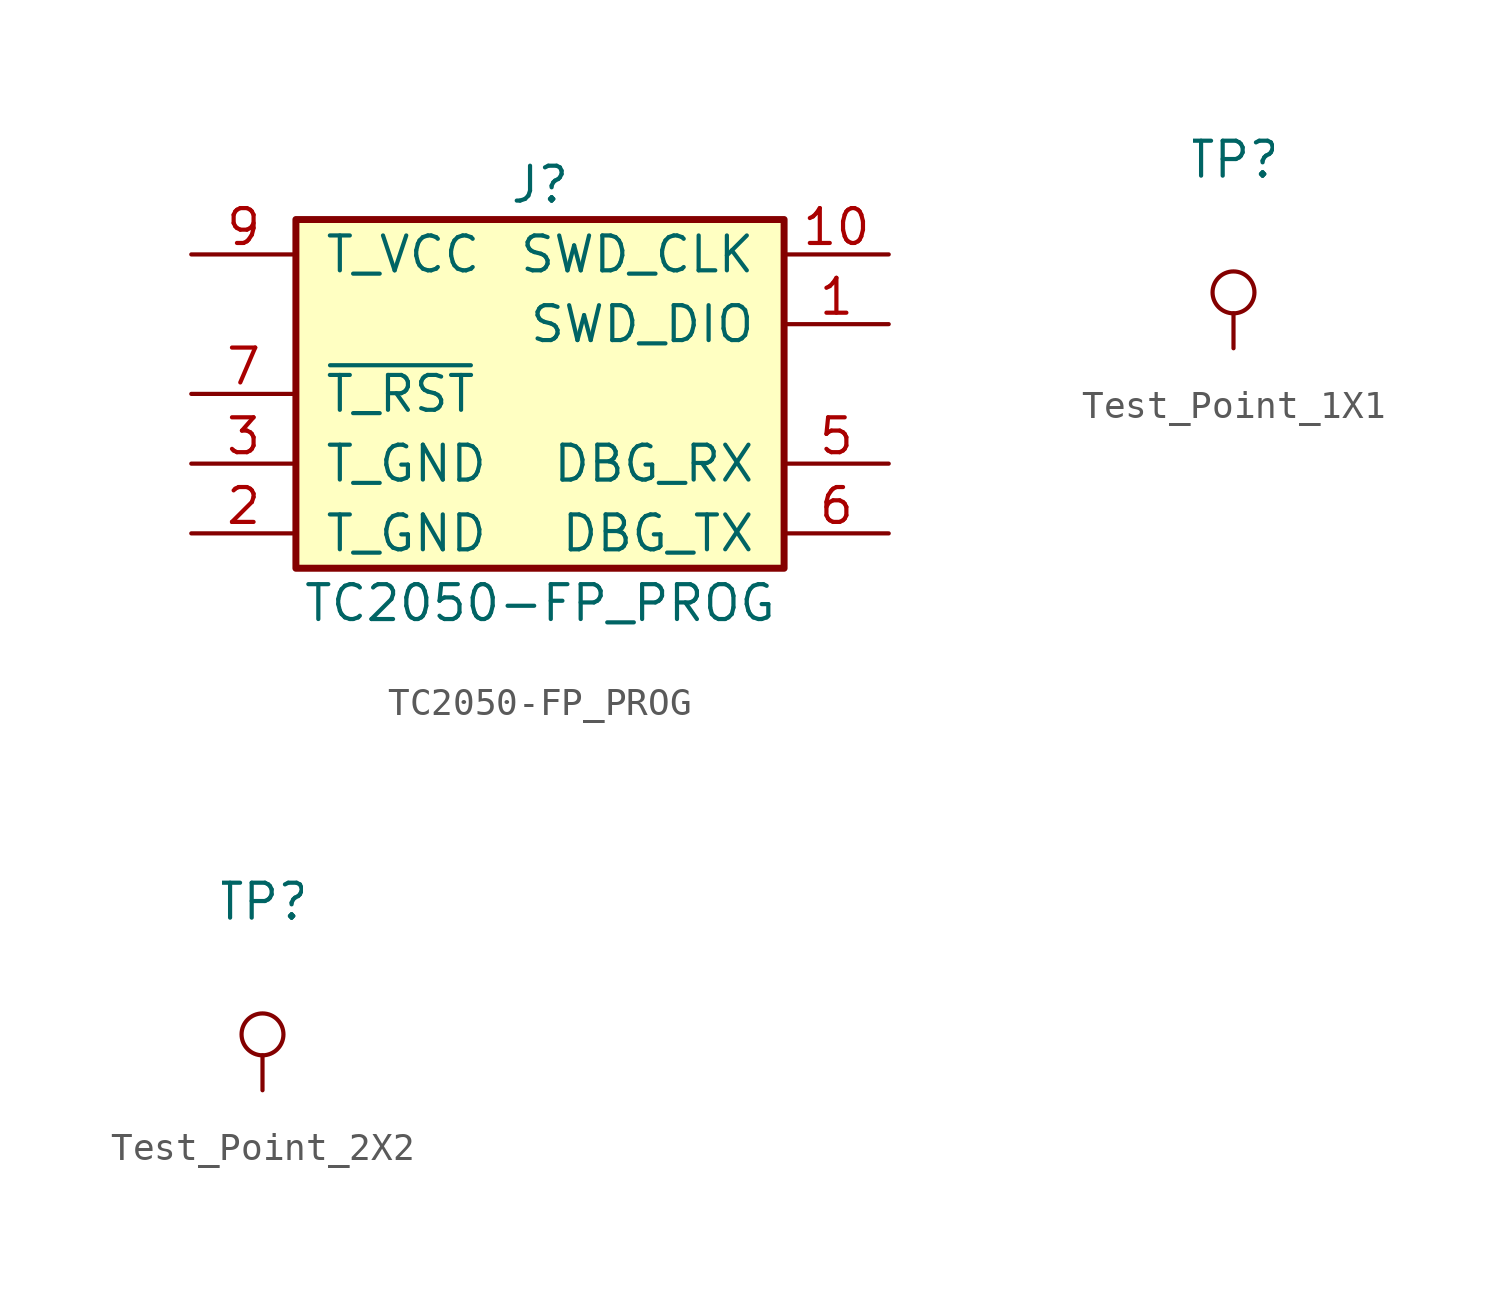
<source format=kicad_sym>
(kicad_symbol_lib
  (version 20211014)
  (generator kicad_symbol_editor)
  (symbol "TC2050-FP_PROG"
    (pin_names
      (offset 1.016))
    (property "Reference" "J"
      (at 0 7.62 0)
      (effects (font (size 1.27 1.27))))
    (property "Value" "TC2050-FP_PROG"
      (at 0 -7.62 0)
      (effects (font (size 1.27 1.27))))
    (symbol "TC2050-FP_PROG_1_1"
      (rectangle (start -8.89 6.35) (end 8.89 -6.35) (stroke (width 0.254) (type default) (color 0 0 0 0)) (fill (type background)))
      (pin bidirectional line (at 12.7 2.54 180) (length 3.81) (name "SWD_DIO" (effects (font (size 1.27 1.27)))) (number "1" (effects (font (size 1.27 1.27)))))
      (pin output line (at 12.7 5.08 180) (length 3.81) (name "SWD_CLK" (effects (font (size 1.27 1.27)))) (number "10" (effects (font (size 1.27 1.27)))))
      (pin passive line (at -12.7 -5.08 0) (length 3.81) (name "T_GND" (effects (font (size 1.27 1.27)))) (number "2" (effects (font (size 1.27 1.27)))))
      (pin passive line (at -12.7 -2.54 0) (length 3.81) (name "T_GND" (effects (font (size 1.27 1.27)))) (number "3" (effects (font (size 1.27 1.27)))))
      (pin no_connect line (at -12.7 2.54 0) (length 2.54) hide (name "~" (effects (font (size 1.27 1.27)))) (number "4" (effects (font (size 1.27 1.27)))))
      (pin output line (at 12.7 -2.54 180) (length 3.81) (name "DBG_RX" (effects (font (size 1.27 1.27)))) (number "5" (effects (font (size 1.27 1.27)))))
      (pin input line (at 12.7 -5.08 180) (length 3.81) (name "DBG_TX" (effects (font (size 1.27 1.27)))) (number "6" (effects (font (size 1.27 1.27)))))
      (pin passive line (at -12.7 0 0) (length 3.81) (name "~{T_RST}" (effects (font (size 1.27 1.27)))) (number "7" (effects (font (size 1.27 1.27)))))
      (pin no_connect line (at 12.7 0 180) (length 2.54) hide (name "~" (effects (font (size 1.27 1.27)))) (number "8" (effects (font (size 1.27 1.27)))))
      (pin power_in line (at -12.7 5.08 0) (length 3.81) (name "T_VCC" (effects (font (size 1.27 1.27)))) (number "9" (effects (font (size 1.27 1.27)))))))
  (symbol "Test_Point_1X1"
    (pin_numbers hide)
    (pin_names
      (offset 0.762) hide)
    (property "Reference" "TP"
      (at 0 6.858 0)
      (effects (font (size 1.27 1.27))))
    (symbol "Test_Point_1X1_0_1"
      (circle (center 0 2.032) (radius 0.762) (stroke (width 0) (type default) (color 0 0 0 0)) (fill (type none))))
    (symbol "Test_Point_1X1_1_1"
      (pin passive line (at 0 0 90) (length 1.27) (name "1" (effects (font (size 1.27 1.27)))) (number "1" (effects (font (size 1.27 1.27)))))))
  (symbol "Test_Point_2X2"
    (pin_numbers hide)
    (pin_names
      (offset 0.762) hide)
    (property "Reference" "TP"
      (at 0 6.858 0)
      (effects (font (size 1.27 1.27))))
    (symbol "Test_Point_2X2_0_1"
      (circle (center 0 2.032) (radius 0.762) (stroke (width 0) (type default) (color 0 0 0 0)) (fill (type none))))
    (symbol "Test_Point_2X2_1_1"
      (pin passive line (at 0 0 90) (length 1.27) (name "1" (effects (font (size 1.27 1.27)))) (number "1" (effects (font (size 1.27 1.27))))))))
</source>
